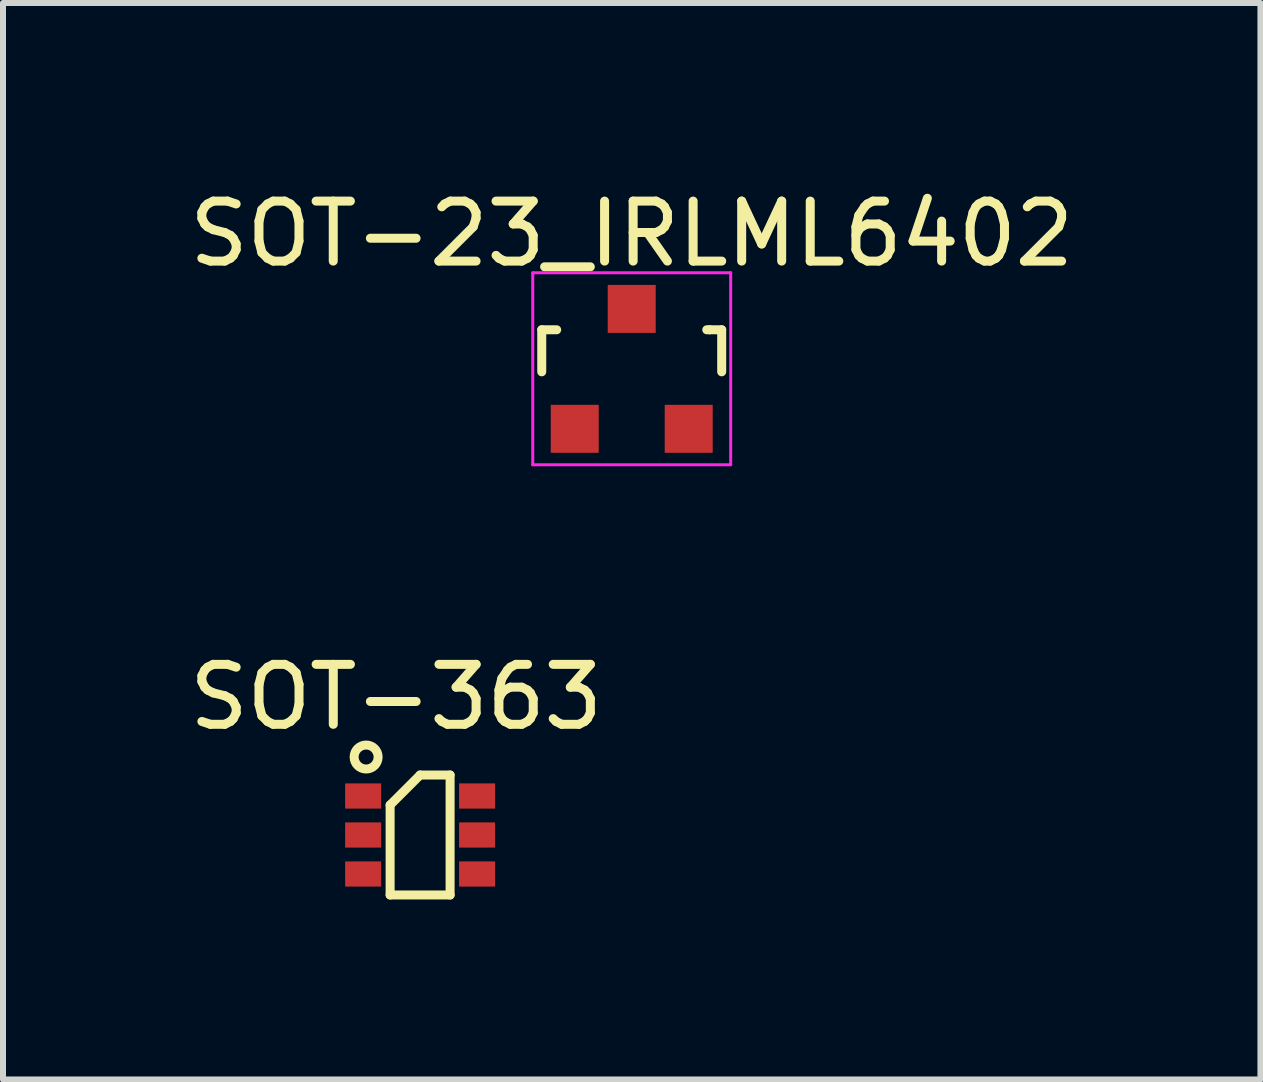
<source format=kicad_pcb>
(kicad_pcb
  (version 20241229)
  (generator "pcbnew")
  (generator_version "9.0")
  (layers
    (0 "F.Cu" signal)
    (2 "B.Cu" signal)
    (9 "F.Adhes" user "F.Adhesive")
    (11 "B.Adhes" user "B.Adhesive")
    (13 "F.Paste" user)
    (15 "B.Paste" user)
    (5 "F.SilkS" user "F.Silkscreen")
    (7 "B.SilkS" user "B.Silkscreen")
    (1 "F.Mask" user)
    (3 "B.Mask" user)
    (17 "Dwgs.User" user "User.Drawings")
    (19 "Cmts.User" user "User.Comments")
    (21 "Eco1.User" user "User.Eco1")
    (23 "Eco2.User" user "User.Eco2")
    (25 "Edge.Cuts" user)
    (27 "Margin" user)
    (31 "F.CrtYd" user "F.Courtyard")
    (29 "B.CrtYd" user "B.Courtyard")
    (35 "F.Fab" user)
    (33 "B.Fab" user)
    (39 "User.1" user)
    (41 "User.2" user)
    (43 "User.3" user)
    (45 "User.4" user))
  (footprint "SOT-363"
    (layer "F.Cu")
    (at 3.954 10.871)
    (property "Reference" "SOT-363" (at -0.4 -2.3 0) (layer "F.SilkS") (effects (font (size 1 1) (thickness 0.15))))
    (attr smd)
    (fp_line (start -0.5 -0.5) (end -0.5 1) (stroke (width 0.15) (type solid)) (layer "F.SilkS"))
    (fp_line (start -0.5 1) (end 0.5 1) (stroke (width 0.15) (type solid)) (layer "F.SilkS"))
    (fp_line (start 0 -1) (end -0.5 -0.5) (stroke (width 0.15) (type solid)) (layer "F.SilkS"))
    (fp_line (start 0.5 -1) (end 0 -1) (stroke (width 0.15) (type solid)) (layer "F.SilkS"))
    (fp_line (start 0.5 1) (end 0.5 -1) (stroke (width 0.15) (type solid)) (layer "F.SilkS"))
    (fp_circle (center -0.9 -1.3) (end -0.9 -1.1) (stroke (width 0.15) (type solid)) (fill no) (layer "F.SilkS"))
    (pad "1" smd rect (at -0.95 -0.65) (size 0.6 0.42) (layers "F.Cu" "F.Mask" "F.Paste"))
    (pad "2" smd rect (at -0.95 0) (size 0.6 0.42) (layers "F.Cu" "F.Mask" "F.Paste"))
    (pad "3" smd rect (at -0.95 0.65) (size 0.6 0.42) (layers "F.Cu" "F.Mask" "F.Paste"))
    (pad "4" smd rect (at 0.95 0.65) (size 0.6 0.42) (layers "F.Cu" "F.Mask" "F.Paste"))
    (pad "5" smd rect (at 0.95 0) (size 0.6 0.42) (layers "F.Cu" "F.Mask" "F.Paste"))
    (pad "6" smd rect (at 0.95 -0.65) (size 0.6 0.42) (layers "F.Cu" "F.Mask" "F.Paste")))
  (footprint "SOT-23_IRLML6402"
    (layer "F.Cu")
    (at 7.482 3.098)
    (property "Reference" "SOT-23_IRLML6402" (at 0 -2.25 0) (layer "F.SilkS") (effects (font (size 1 1) (thickness 0.15))))
    (attr smd)
    (fp_line (start -1.5 -0.65) (end -1.251 -0.65) (stroke (width 0.15) (type solid)) (layer "F.SilkS"))
    (fp_line (start -1.5 0.051) (end -1.5 -0.65) (stroke (width 0.15) (type solid)) (layer "F.SilkS"))
    (fp_line (start 1.299 -0.65) (end 1.251 -0.65) (stroke (width 0.15) (type solid)) (layer "F.SilkS"))
    (fp_line (start 1.299 -0.65) (end 1.5 -0.65) (stroke (width 0.15) (type solid)) (layer "F.SilkS"))
    (fp_line (start 1.5 -0.65) (end 1.5 0.051) (stroke (width 0.15) (type solid)) (layer "F.SilkS"))
    (fp_line (start -1.65 -1.6) (end 1.65 -1.6) (stroke (width 0.05) (type solid)) (layer "F.CrtYd"))
    (fp_line (start -1.65 1.6) (end -1.65 -1.6) (stroke (width 0.05) (type solid)) (layer "F.CrtYd"))
    (fp_line (start 1.65 -1.6) (end 1.65 1.6) (stroke (width 0.05) (type solid)) (layer "F.CrtYd"))
    (fp_line (start 1.65 1.6) (end -1.65 1.6) (stroke (width 0.05) (type solid)) (layer "F.CrtYd"))
    (pad "D" smd rect (at 0 -0.998) (size 0.8 0.8) (layers "F.Cu" "F.Mask" "F.Paste"))
    (pad "G" smd rect (at -0.95 1.001) (size 0.8 0.8) (layers "F.Cu" "F.Mask" "F.Paste"))
    (pad "S" smd rect (at 0.95 1.001) (size 0.8 0.8) (layers "F.Cu" "F.Mask" "F.Paste")))
  (gr_rect
    (start -3 -3)
    (end 17.964 14.947)
    (stroke (width 0.1) (type default))
    (fill no)
    (layer "Edge.Cuts")))
</source>
